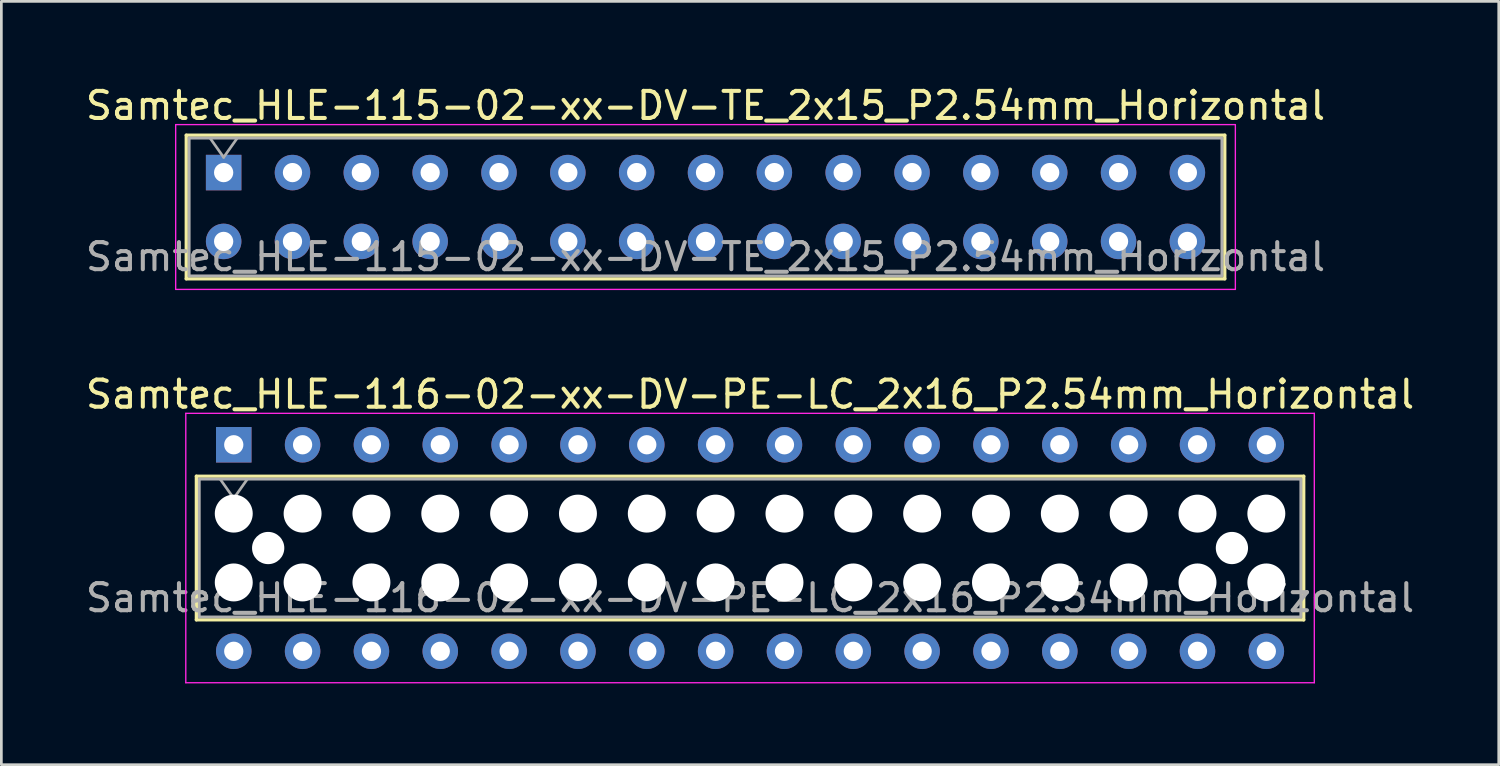
<source format=kicad_pcb>
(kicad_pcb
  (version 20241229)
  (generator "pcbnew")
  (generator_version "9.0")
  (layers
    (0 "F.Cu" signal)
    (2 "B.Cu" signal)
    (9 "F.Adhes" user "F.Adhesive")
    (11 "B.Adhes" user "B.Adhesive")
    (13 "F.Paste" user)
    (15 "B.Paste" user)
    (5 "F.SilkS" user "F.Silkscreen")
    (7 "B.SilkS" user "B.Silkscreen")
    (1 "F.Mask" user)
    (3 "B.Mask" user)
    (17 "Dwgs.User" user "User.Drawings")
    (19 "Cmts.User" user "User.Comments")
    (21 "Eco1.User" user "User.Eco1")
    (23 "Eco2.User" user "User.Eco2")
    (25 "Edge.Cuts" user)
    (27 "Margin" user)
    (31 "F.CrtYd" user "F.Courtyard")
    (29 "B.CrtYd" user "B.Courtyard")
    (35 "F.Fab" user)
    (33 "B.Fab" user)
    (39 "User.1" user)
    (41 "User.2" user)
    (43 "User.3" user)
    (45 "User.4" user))
  (footprint "Samtec_HLE-116-02-xx-DV-PE-LC_2x16_P2.54mm_Horizontal"
    (layer "F.Cu")
    (at 5.575 13.361)
    (property "Reference" "Samtec_HLE-116-02-xx-DV-PE-LC_2x16_P2.54mm_Horizontal" (at 19.05 -1.86 0) (layer "F.SilkS") (effects (font (size 1 1) (thickness 0.15))))
    (attr through_hole)
    (fp_line (start -1.38 1.16) (end 39.48 1.16) (stroke (width 0.12) (type solid)) (layer "F.SilkS"))
    (fp_line (start -1.38 6.46) (end -1.38 1.16) (stroke (width 0.12) (type solid)) (layer "F.SilkS"))
    (fp_line (start 39.48 1.16) (end 39.48 6.46) (stroke (width 0.12) (type solid)) (layer "F.SilkS"))
    (fp_line (start 39.48 6.46) (end -1.38 6.46) (stroke (width 0.12) (type solid)) (layer "F.SilkS"))
    (fp_line (start -1.77 -1.16) (end 39.87 -1.16) (stroke (width 0.05) (type solid)) (layer "F.CrtYd"))
    (fp_line (start -1.77 8.78) (end -1.77 -1.16) (stroke (width 0.05) (type solid)) (layer "F.CrtYd"))
    (fp_line (start 39.87 -1.16) (end 39.87 8.78) (stroke (width 0.05) (type solid)) (layer "F.CrtYd"))
    (fp_line (start 39.87 8.78) (end -1.77 8.78) (stroke (width 0.05) (type solid)) (layer "F.CrtYd"))
    (fp_line (start -1.27 1.27) (end 39.37 1.27) (stroke (width 0.1) (type solid)) (layer "F.Fab"))
    (fp_line (start -1.27 6.35) (end -1.27 1.27) (stroke (width 0.1) (type solid)) (layer "F.Fab"))
    (fp_line (start -0.5 1.27) (end 0 1.977) (stroke (width 0.1) (type solid)) (layer "F.Fab"))
    (fp_line (start 0 1.977) (end 0.5 1.27) (stroke (width 0.1) (type solid)) (layer "F.Fab"))
    (fp_line (start 39.37 1.27) (end 39.37 6.35) (stroke (width 0.1) (type solid)) (layer "F.Fab"))
    (fp_line (start 39.37 6.35) (end -1.27 6.35) (stroke (width 0.1) (type solid)) (layer "F.Fab"))
    (fp_text user "${REFERENCE}" (at 19.05 5.65 0) (layer "F.Fab") (effects (font (size 1 1) (thickness 0.15))))
    (pad "" np_thru_hole circle (at 0 2.54) (size 1.4 1.4) (drill 1.4) (layers "*.Cu" "*.Mask"))
    (pad "" np_thru_hole circle (at 0 5.08) (size 1.4 1.4) (drill 1.4) (layers "*.Cu" "*.Mask"))
    (pad "" np_thru_hole circle (at 1.27 3.81) (size 1.19 1.19) (drill 1.19) (layers "*.Cu" "*.Mask"))
    (pad "" np_thru_hole circle (at 2.54 2.54) (size 1.4 1.4) (drill 1.4) (layers "*.Cu" "*.Mask"))
    (pad "" np_thru_hole circle (at 2.54 5.08) (size 1.4 1.4) (drill 1.4) (layers "*.Cu" "*.Mask"))
    (pad "" np_thru_hole circle (at 5.08 2.54) (size 1.4 1.4) (drill 1.4) (layers "*.Cu" "*.Mask"))
    (pad "" np_thru_hole circle (at 5.08 5.08) (size 1.4 1.4) (drill 1.4) (layers "*.Cu" "*.Mask"))
    (pad "" np_thru_hole circle (at 7.62 2.54) (size 1.4 1.4) (drill 1.4) (layers "*.Cu" "*.Mask"))
    (pad "" np_thru_hole circle (at 7.62 5.08) (size 1.4 1.4) (drill 1.4) (layers "*.Cu" "*.Mask"))
    (pad "" np_thru_hole circle (at 10.16 2.54) (size 1.4 1.4) (drill 1.4) (layers "*.Cu" "*.Mask"))
    (pad "" np_thru_hole circle (at 10.16 5.08) (size 1.4 1.4) (drill 1.4) (layers "*.Cu" "*.Mask"))
    (pad "" np_thru_hole circle (at 12.7 2.54) (size 1.4 1.4) (drill 1.4) (layers "*.Cu" "*.Mask"))
    (pad "" np_thru_hole circle (at 12.7 5.08) (size 1.4 1.4) (drill 1.4) (layers "*.Cu" "*.Mask"))
    (pad "" np_thru_hole circle (at 15.24 2.54) (size 1.4 1.4) (drill 1.4) (layers "*.Cu" "*.Mask"))
    (pad "" np_thru_hole circle (at 15.24 5.08) (size 1.4 1.4) (drill 1.4) (layers "*.Cu" "*.Mask"))
    (pad "" np_thru_hole circle (at 17.78 2.54) (size 1.4 1.4) (drill 1.4) (layers "*.Cu" "*.Mask"))
    (pad "" np_thru_hole circle (at 17.78 5.08) (size 1.4 1.4) (drill 1.4) (layers "*.Cu" "*.Mask"))
    (pad "" np_thru_hole circle (at 20.32 2.54) (size 1.4 1.4) (drill 1.4) (layers "*.Cu" "*.Mask"))
    (pad "" np_thru_hole circle (at 20.32 5.08) (size 1.4 1.4) (drill 1.4) (layers "*.Cu" "*.Mask"))
    (pad "" np_thru_hole circle (at 22.86 2.54) (size 1.4 1.4) (drill 1.4) (layers "*.Cu" "*.Mask"))
    (pad "" np_thru_hole circle (at 22.86 5.08) (size 1.4 1.4) (drill 1.4) (layers "*.Cu" "*.Mask"))
    (pad "" np_thru_hole circle (at 25.4 2.54) (size 1.4 1.4) (drill 1.4) (layers "*.Cu" "*.Mask"))
    (pad "" np_thru_hole circle (at 25.4 5.08) (size 1.4 1.4) (drill 1.4) (layers "*.Cu" "*.Mask"))
    (pad "" np_thru_hole circle (at 27.94 2.54) (size 1.4 1.4) (drill 1.4) (layers "*.Cu" "*.Mask"))
    (pad "" np_thru_hole circle (at 27.94 5.08) (size 1.4 1.4) (drill 1.4) (layers "*.Cu" "*.Mask"))
    (pad "" np_thru_hole circle (at 30.48 2.54) (size 1.4 1.4) (drill 1.4) (layers "*.Cu" "*.Mask"))
    (pad "" np_thru_hole circle (at 30.48 5.08) (size 1.4 1.4) (drill 1.4) (layers "*.Cu" "*.Mask"))
    (pad "" np_thru_hole circle (at 33.02 2.54) (size 1.4 1.4) (drill 1.4) (layers "*.Cu" "*.Mask"))
    (pad "" np_thru_hole circle (at 33.02 5.08) (size 1.4 1.4) (drill 1.4) (layers "*.Cu" "*.Mask"))
    (pad "" np_thru_hole circle (at 35.56 2.54) (size 1.4 1.4) (drill 1.4) (layers "*.Cu" "*.Mask"))
    (pad "" np_thru_hole circle (at 35.56 5.08) (size 1.4 1.4) (drill 1.4) (layers "*.Cu" "*.Mask"))
    (pad "" np_thru_hole circle (at 36.83 3.81) (size 1.19 1.19) (drill 1.19) (layers "*.Cu" "*.Mask"))
    (pad "" np_thru_hole circle (at 38.1 2.54) (size 1.4 1.4) (drill 1.4) (layers "*.Cu" "*.Mask"))
    (pad "" np_thru_hole circle (at 38.1 5.08) (size 1.4 1.4) (drill 1.4) (layers "*.Cu" "*.Mask"))
    (pad "1" thru_hole rect (at 0 0) (size 1.31 1.31) (drill 0.71) (layers "*.Cu" "*.Mask"))
    (pad "2" thru_hole circle (at 0 7.62) (size 1.31 1.31) (drill 0.71) (layers "*.Cu" "*.Mask"))
    (pad "3" thru_hole circle (at 2.54 0) (size 1.31 1.31) (drill 0.71) (layers "*.Cu" "*.Mask"))
    (pad "4" thru_hole circle (at 2.54 7.62) (size 1.31 1.31) (drill 0.71) (layers "*.Cu" "*.Mask"))
    (pad "5" thru_hole circle (at 5.08 0) (size 1.31 1.31) (drill 0.71) (layers "*.Cu" "*.Mask"))
    (pad "6" thru_hole circle (at 5.08 7.62) (size 1.31 1.31) (drill 0.71) (layers "*.Cu" "*.Mask"))
    (pad "7" thru_hole circle (at 7.62 0) (size 1.31 1.31) (drill 0.71) (layers "*.Cu" "*.Mask"))
    (pad "8" thru_hole circle (at 7.62 7.62) (size 1.31 1.31) (drill 0.71) (layers "*.Cu" "*.Mask"))
    (pad "9" thru_hole circle (at 10.16 0) (size 1.31 1.31) (drill 0.71) (layers "*.Cu" "*.Mask"))
    (pad "10" thru_hole circle (at 10.16 7.62) (size 1.31 1.31) (drill 0.71) (layers "*.Cu" "*.Mask"))
    (pad "11" thru_hole circle (at 12.7 0) (size 1.31 1.31) (drill 0.71) (layers "*.Cu" "*.Mask"))
    (pad "12" thru_hole circle (at 12.7 7.62) (size 1.31 1.31) (drill 0.71) (layers "*.Cu" "*.Mask"))
    (pad "13" thru_hole circle (at 15.24 0) (size 1.31 1.31) (drill 0.71) (layers "*.Cu" "*.Mask"))
    (pad "14" thru_hole circle (at 15.24 7.62) (size 1.31 1.31) (drill 0.71) (layers "*.Cu" "*.Mask"))
    (pad "15" thru_hole circle (at 17.78 0) (size 1.31 1.31) (drill 0.71) (layers "*.Cu" "*.Mask"))
    (pad "16" thru_hole circle (at 17.78 7.62) (size 1.31 1.31) (drill 0.71) (layers "*.Cu" "*.Mask"))
    (pad "17" thru_hole circle (at 20.32 0) (size 1.31 1.31) (drill 0.71) (layers "*.Cu" "*.Mask"))
    (pad "18" thru_hole circle (at 20.32 7.62) (size 1.31 1.31) (drill 0.71) (layers "*.Cu" "*.Mask"))
    (pad "19" thru_hole circle (at 22.86 0) (size 1.31 1.31) (drill 0.71) (layers "*.Cu" "*.Mask"))
    (pad "20" thru_hole circle (at 22.86 7.62) (size 1.31 1.31) (drill 0.71) (layers "*.Cu" "*.Mask"))
    (pad "21" thru_hole circle (at 25.4 0) (size 1.31 1.31) (drill 0.71) (layers "*.Cu" "*.Mask"))
    (pad "22" thru_hole circle (at 25.4 7.62) (size 1.31 1.31) (drill 0.71) (layers "*.Cu" "*.Mask"))
    (pad "23" thru_hole circle (at 27.94 0) (size 1.31 1.31) (drill 0.71) (layers "*.Cu" "*.Mask"))
    (pad "24" thru_hole circle (at 27.94 7.62) (size 1.31 1.31) (drill 0.71) (layers "*.Cu" "*.Mask"))
    (pad "25" thru_hole circle (at 30.48 0) (size 1.31 1.31) (drill 0.71) (layers "*.Cu" "*.Mask"))
    (pad "26" thru_hole circle (at 30.48 7.62) (size 1.31 1.31) (drill 0.71) (layers "*.Cu" "*.Mask"))
    (pad "27" thru_hole circle (at 33.02 0) (size 1.31 1.31) (drill 0.71) (layers "*.Cu" "*.Mask"))
    (pad "28" thru_hole circle (at 33.02 7.62) (size 1.31 1.31) (drill 0.71) (layers "*.Cu" "*.Mask"))
    (pad "29" thru_hole circle (at 35.56 0) (size 1.31 1.31) (drill 0.71) (layers "*.Cu" "*.Mask"))
    (pad "30" thru_hole circle (at 35.56 7.62) (size 1.31 1.31) (drill 0.71) (layers "*.Cu" "*.Mask"))
    (pad "31" thru_hole circle (at 38.1 0) (size 1.31 1.31) (drill 0.71) (layers "*.Cu" "*.Mask"))
    (pad "32" thru_hole circle (at 38.1 7.62) (size 1.31 1.31) (drill 0.71) (layers "*.Cu" "*.Mask")))
  (footprint "Samtec_HLE-115-02-xx-DV-TE_2x15_P2.54mm_Horizontal"
    (layer "F.Cu")
    (at 5.202 3.318)
    (property "Reference" "Samtec_HLE-115-02-xx-DV-TE_2x15_P2.54mm_Horizontal" (at 17.78 -2.47 0) (layer "F.SilkS") (effects (font (size 1 1) (thickness 0.15))))
    (attr through_hole)
    (fp_line (start -1.38 -1.38) (end 36.94 -1.38) (stroke (width 0.12) (type solid)) (layer "F.SilkS"))
    (fp_line (start -1.38 3.92) (end -1.38 -1.38) (stroke (width 0.12) (type solid)) (layer "F.SilkS"))
    (fp_line (start 36.94 -1.38) (end 36.94 3.92) (stroke (width 0.12) (type solid)) (layer "F.SilkS"))
    (fp_line (start 36.94 3.92) (end -1.38 3.92) (stroke (width 0.12) (type solid)) (layer "F.SilkS"))
    (fp_line (start -1.77 -1.77) (end 37.33 -1.77) (stroke (width 0.05) (type solid)) (layer "F.CrtYd"))
    (fp_line (start -1.77 4.31) (end -1.77 -1.77) (stroke (width 0.05) (type solid)) (layer "F.CrtYd"))
    (fp_line (start 37.33 -1.77) (end 37.33 4.31) (stroke (width 0.05) (type solid)) (layer "F.CrtYd"))
    (fp_line (start 37.33 4.31) (end -1.77 4.31) (stroke (width 0.05) (type solid)) (layer "F.CrtYd"))
    (fp_line (start -1.27 -1.27) (end 36.83 -1.27) (stroke (width 0.1) (type solid)) (layer "F.Fab"))
    (fp_line (start -1.27 3.81) (end -1.27 -1.27) (stroke (width 0.1) (type solid)) (layer "F.Fab"))
    (fp_line (start -0.5 -1.27) (end 0 -0.563) (stroke (width 0.1) (type solid)) (layer "F.Fab"))
    (fp_line (start 0 -0.563) (end 0.5 -1.27) (stroke (width 0.1) (type solid)) (layer "F.Fab"))
    (fp_line (start 36.83 -1.27) (end 36.83 3.81) (stroke (width 0.1) (type solid)) (layer "F.Fab"))
    (fp_line (start 36.83 3.81) (end -1.27 3.81) (stroke (width 0.1) (type solid)) (layer "F.Fab"))
    (fp_text user "${REFERENCE}" (at 17.78 3.11 0) (layer "F.Fab") (effects (font (size 1 1) (thickness 0.15))))
    (pad "1" thru_hole rect (at 0 0) (size 1.31 1.31) (drill 0.71) (layers "*.Cu" "*.Mask"))
    (pad "2" thru_hole circle (at 0 2.54) (size 1.31 1.31) (drill 0.71) (layers "*.Cu" "*.Mask"))
    (pad "3" thru_hole circle (at 2.54 0) (size 1.31 1.31) (drill 0.71) (layers "*.Cu" "*.Mask"))
    (pad "4" thru_hole circle (at 2.54 2.54) (size 1.31 1.31) (drill 0.71) (layers "*.Cu" "*.Mask"))
    (pad "5" thru_hole circle (at 5.08 0) (size 1.31 1.31) (drill 0.71) (layers "*.Cu" "*.Mask"))
    (pad "6" thru_hole circle (at 5.08 2.54) (size 1.31 1.31) (drill 0.71) (layers "*.Cu" "*.Mask"))
    (pad "7" thru_hole circle (at 7.62 0) (size 1.31 1.31) (drill 0.71) (layers "*.Cu" "*.Mask"))
    (pad "8" thru_hole circle (at 7.62 2.54) (size 1.31 1.31) (drill 0.71) (layers "*.Cu" "*.Mask"))
    (pad "9" thru_hole circle (at 10.16 0) (size 1.31 1.31) (drill 0.71) (layers "*.Cu" "*.Mask"))
    (pad "10" thru_hole circle (at 10.16 2.54) (size 1.31 1.31) (drill 0.71) (layers "*.Cu" "*.Mask"))
    (pad "11" thru_hole circle (at 12.7 0) (size 1.31 1.31) (drill 0.71) (layers "*.Cu" "*.Mask"))
    (pad "12" thru_hole circle (at 12.7 2.54) (size 1.31 1.31) (drill 0.71) (layers "*.Cu" "*.Mask"))
    (pad "13" thru_hole circle (at 15.24 0) (size 1.31 1.31) (drill 0.71) (layers "*.Cu" "*.Mask"))
    (pad "14" thru_hole circle (at 15.24 2.54) (size 1.31 1.31) (drill 0.71) (layers "*.Cu" "*.Mask"))
    (pad "15" thru_hole circle (at 17.78 0) (size 1.31 1.31) (drill 0.71) (layers "*.Cu" "*.Mask"))
    (pad "16" thru_hole circle (at 17.78 2.54) (size 1.31 1.31) (drill 0.71) (layers "*.Cu" "*.Mask"))
    (pad "17" thru_hole circle (at 20.32 0) (size 1.31 1.31) (drill 0.71) (layers "*.Cu" "*.Mask"))
    (pad "18" thru_hole circle (at 20.32 2.54) (size 1.31 1.31) (drill 0.71) (layers "*.Cu" "*.Mask"))
    (pad "19" thru_hole circle (at 22.86 0) (size 1.31 1.31) (drill 0.71) (layers "*.Cu" "*.Mask"))
    (pad "20" thru_hole circle (at 22.86 2.54) (size 1.31 1.31) (drill 0.71) (layers "*.Cu" "*.Mask"))
    (pad "21" thru_hole circle (at 25.4 0) (size 1.31 1.31) (drill 0.71) (layers "*.Cu" "*.Mask"))
    (pad "22" thru_hole circle (at 25.4 2.54) (size 1.31 1.31) (drill 0.71) (layers "*.Cu" "*.Mask"))
    (pad "23" thru_hole circle (at 27.94 0) (size 1.31 1.31) (drill 0.71) (layers "*.Cu" "*.Mask"))
    (pad "24" thru_hole circle (at 27.94 2.54) (size 1.31 1.31) (drill 0.71) (layers "*.Cu" "*.Mask"))
    (pad "25" thru_hole circle (at 30.48 0) (size 1.31 1.31) (drill 0.71) (layers "*.Cu" "*.Mask"))
    (pad "26" thru_hole circle (at 30.48 2.54) (size 1.31 1.31) (drill 0.71) (layers "*.Cu" "*.Mask"))
    (pad "27" thru_hole circle (at 33.02 0) (size 1.31 1.31) (drill 0.71) (layers "*.Cu" "*.Mask"))
    (pad "28" thru_hole circle (at 33.02 2.54) (size 1.31 1.31) (drill 0.71) (layers "*.Cu" "*.Mask"))
    (pad "29" thru_hole circle (at 35.56 0) (size 1.31 1.31) (drill 0.71) (layers "*.Cu" "*.Mask"))
    (pad "30" thru_hole circle (at 35.56 2.54) (size 1.31 1.31) (drill 0.71) (layers "*.Cu" "*.Mask")))
  (gr_rect
    (start -3 -3)
    (end 52.25 25.166)
    (stroke (width 0.1) (type default))
    (fill no)
    (layer "Edge.Cuts")))
</source>
